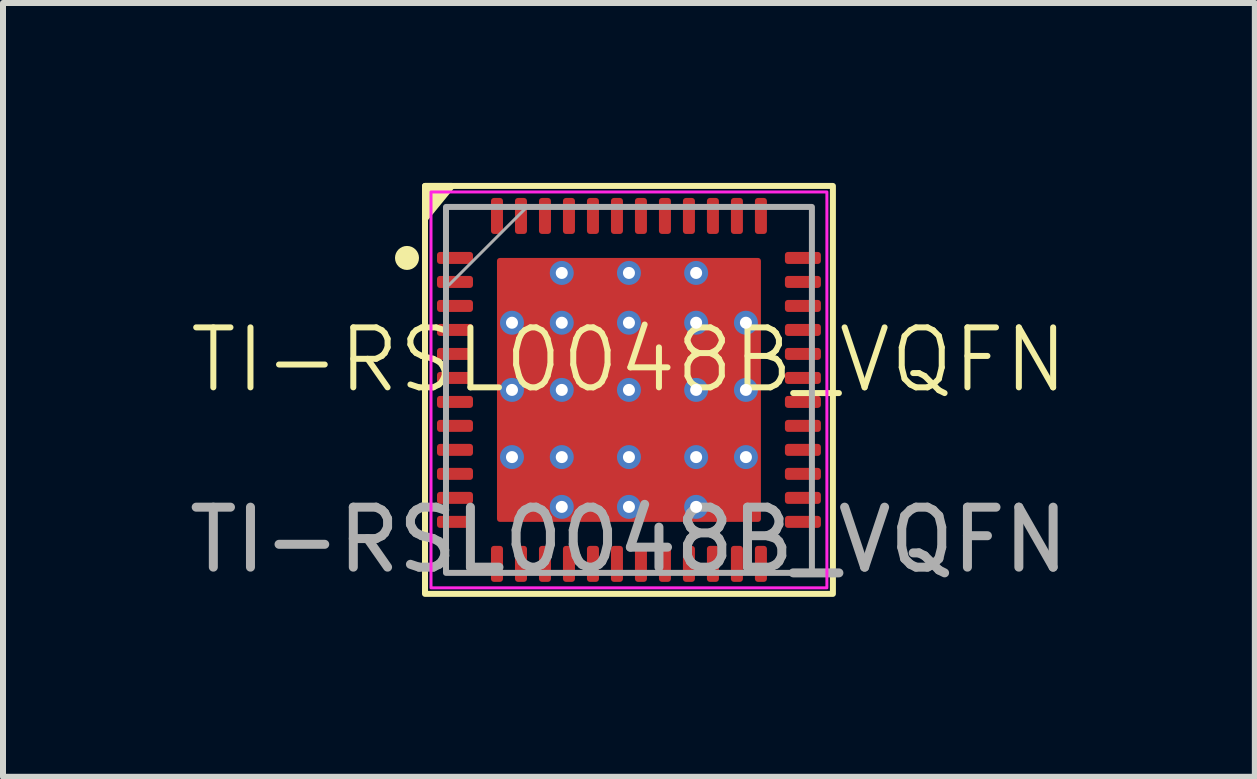
<source format=kicad_pcb>
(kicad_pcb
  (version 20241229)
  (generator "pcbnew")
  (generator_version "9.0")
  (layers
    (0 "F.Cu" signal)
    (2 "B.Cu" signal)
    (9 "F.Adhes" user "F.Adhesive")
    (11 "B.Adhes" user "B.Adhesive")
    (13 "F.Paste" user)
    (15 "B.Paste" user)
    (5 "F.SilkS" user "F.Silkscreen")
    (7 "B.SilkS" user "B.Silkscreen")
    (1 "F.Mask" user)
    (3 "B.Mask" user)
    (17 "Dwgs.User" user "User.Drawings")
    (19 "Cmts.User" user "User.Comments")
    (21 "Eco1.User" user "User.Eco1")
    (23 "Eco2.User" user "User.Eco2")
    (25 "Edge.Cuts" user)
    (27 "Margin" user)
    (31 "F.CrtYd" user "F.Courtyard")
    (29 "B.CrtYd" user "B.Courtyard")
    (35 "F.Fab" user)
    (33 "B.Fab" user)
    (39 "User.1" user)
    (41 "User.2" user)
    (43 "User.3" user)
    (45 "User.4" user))
  (footprint "TI-RSL0048B_VQFN"
    (layer "F.Cu")
    (at 7.435 3.45)
    (property "Reference" "TI-RSL0048B_VQFN" (at 0 -0.5 0) (unlocked yes) (layer "F.SilkS") (effects (font (size 1 1) (thickness 0.1))))
    (attr smd)
    (fp_rect (start -3.4 -3.4) (end 3.4 3.4) (stroke (width 0.1) (type default)) (fill no) (layer "F.SilkS"))
    (fp_circle (center -3.7 -2.2) (end -3.55 -2.2) (stroke (width 0.1) (type solid)) (fill yes) (layer "F.SilkS"))
    (fp_poly (pts (xy -2.95 -3.4) (xy -3.4 -2.85) (xy -3.4 -3.4)) (stroke (width 0.1) (type solid)) (fill yes) (layer "F.SilkS"))
    (fp_poly (pts (arc (start -2.146 -0.152) (mid -2.131355 -0.116645) (end -2.096 -0.102)) (arc (start -1.276 -0.102) (mid -1.240645 -0.116645) (end -1.226 -0.152)) (arc (start -1.226 -0.972) (mid -1.240645 -1.007355) (end -1.276 -1.022)) (arc (start -2.096 -1.022) (mid -2.131355 -1.007355) (end -2.146 -0.972))) (stroke (width 0.001) (type solid)) (fill yes) (layer "F.Paste"))
    (fp_poly (pts (arc (start -2.145 0.97) (mid -2.130355 1.005355) (end -2.095 1.02)) (arc (start -1.275 1.02) (mid -1.239645 1.005355) (end -1.225 0.97)) (arc (start -1.225 0.15) (mid -1.239645 0.114645) (end -1.275 0.1)) (arc (start -2.095 0.1) (mid -2.130355 0.114645) (end -2.145 0.15))) (stroke (width 0.001) (type solid)) (fill yes) (layer "F.Paste"))
    (fp_poly (pts (arc (start -2.144 2.098) (mid -2.129355 2.133355) (end -2.094 2.148)) (arc (start -1.274 2.148) (mid -1.238645 2.133355) (end -1.224 2.098)) (arc (start -1.224 1.278) (mid -1.238645 1.242645) (end -1.274 1.228)) (arc (start -2.094 1.228) (mid -2.129355 1.242645) (end -2.144 1.278))) (stroke (width 0.001) (type solid)) (fill yes) (layer "F.Paste"))
    (fp_poly (pts (arc (start -2.14 -1.271) (mid -2.125355 -1.235645) (end -2.09 -1.221)) (arc (start -1.27 -1.221) (mid -1.234645 -1.235645) (end -1.22 -1.271)) (arc (start -1.22 -2.091) (mid -1.234645 -2.126355) (end -1.27 -2.141)) (arc (start -2.09 -2.141) (mid -2.125355 -2.126355) (end -2.14 -2.091))) (stroke (width 0.001) (type solid)) (fill yes) (layer "F.Paste"))
    (fp_poly (pts (arc (start -1.021 -1.259) (mid -1.006355 -1.223645) (end -0.971 -1.209)) (arc (start -0.151 -1.209) (mid -0.115645 -1.223645) (end -0.101 -1.259)) (arc (start -0.101 -2.079) (mid -0.115645 -2.114355) (end -0.151 -2.129)) (arc (start -0.971 -2.129) (mid -1.006355 -2.114355) (end -1.021 -2.079))) (stroke (width 0.001) (type solid)) (fill yes) (layer "F.Paste"))
    (fp_poly (pts (arc (start -1.021 0.964) (mid -1.006355 0.999355) (end -0.971 1.014)) (arc (start -0.151 1.014) (mid -0.115645 0.999355) (end -0.101 0.964)) (arc (start -0.101 0.144) (mid -0.115645 0.108645) (end -0.151 0.094)) (arc (start -0.971 0.094) (mid -1.006355 0.108645) (end -1.021 0.144))) (stroke (width 0.001) (type solid)) (fill yes) (layer "F.Paste"))
    (fp_poly (pts (arc (start -1.02 2.098) (mid -1.005355 2.133355) (end -0.97 2.148)) (arc (start -0.15 2.148) (mid -0.114645 2.133355) (end -0.1 2.098)) (arc (start -0.1 1.278) (mid -0.114645 1.242645) (end -0.15 1.228)) (arc (start -0.97 1.228) (mid -1.005355 1.242645) (end -1.02 1.278))) (stroke (width 0.001) (type solid)) (fill yes) (layer "F.Paste"))
    (fp_poly (pts (arc (start -1.01 -0.15) (mid -0.995355 -0.114645) (end -0.96 -0.1)) (arc (start -0.14 -0.1) (mid -0.104645 -0.114645) (end -0.09 -0.15)) (arc (start -0.09 -0.97) (mid -0.104645 -1.005355) (end -0.14 -1.02)) (arc (start -0.96 -1.02) (mid -0.995355 -1.005355) (end -1.01 -0.97))) (stroke (width 0.001) (type solid)) (fill yes) (layer "F.Paste"))
    (fp_poly (pts (arc (start 0.1 -1.265) (mid 0.114645 -1.229645) (end 0.15 -1.215)) (arc (start 0.97 -1.215) (mid 1.005355 -1.229645) (end 1.02 -1.265)) (arc (start 1.02 -2.085) (mid 1.005355 -2.120355) (end 0.97 -2.135)) (arc (start 0.15 -2.135) (mid 0.114645 -2.120355) (end 0.1 -2.085))) (stroke (width 0.001) (type solid)) (fill yes) (layer "F.Paste"))
    (fp_poly (pts (arc (start 0.1 -0.15) (mid 0.114645 -0.114645) (end 0.15 -0.1)) (arc (start 0.97 -0.1) (mid 1.005355 -0.114645) (end 1.02 -0.15)) (arc (start 1.02 -0.97) (mid 1.005355 -1.005355) (end 0.97 -1.02)) (arc (start 0.15 -1.02) (mid 0.114645 -1.005355) (end 0.1 -0.97))) (stroke (width 0.001) (type solid)) (fill yes) (layer "F.Paste"))
    (fp_poly (pts (arc (start 0.1 0.95) (mid 0.114645 0.985355) (end 0.15 1)) (arc (start 0.97 1) (mid 1.005355 0.985355) (end 1.02 0.95)) (arc (start 1.02 0.13) (mid 1.005355 0.094645) (end 0.97 0.08)) (arc (start 0.15 0.08) (mid 0.114645 0.094645) (end 0.1 0.13))) (stroke (width 0.001) (type solid)) (fill yes) (layer "F.Paste"))
    (fp_poly (pts (arc (start 0.104 2.096) (mid 0.118645 2.131355) (end 0.154 2.146)) (arc (start 0.974 2.146) (mid 1.009355 2.131355) (end 1.024 2.096)) (arc (start 1.024 1.276) (mid 1.009355 1.240645) (end 0.974 1.226)) (arc (start 0.154 1.226) (mid 0.118645 1.240645) (end 0.104 1.276))) (stroke (width 0.001) (type solid)) (fill yes) (layer "F.Paste"))
    (fp_poly (pts (arc (start 1.227 -1.268) (mid 1.241645 -1.232645) (end 1.277 -1.218)) (arc (start 2.097 -1.218) (mid 2.132355 -1.232645) (end 2.147 -1.268)) (arc (start 2.147 -2.088) (mid 2.132355 -2.123355) (end 2.097 -2.138)) (arc (start 1.277 -2.138) (mid 1.241645 -2.123355) (end 1.227 -2.088))) (stroke (width 0.001) (type solid)) (fill yes) (layer "F.Paste"))
    (fp_poly (pts (arc (start 1.23 -0.15) (mid 1.244645 -0.114645) (end 1.28 -0.1)) (arc (start 2.1 -0.1) (mid 2.135355 -0.114645) (end 2.15 -0.15)) (arc (start 2.15 -0.97) (mid 2.135355 -1.005355) (end 2.1 -1.02)) (arc (start 1.28 -1.02) (mid 1.244645 -1.005355) (end 1.23 -0.97))) (stroke (width 0.001) (type solid)) (fill yes) (layer "F.Paste"))
    (fp_poly (pts (arc (start 1.247 2.096) (mid 1.261645 2.131355) (end 1.297 2.146)) (arc (start 2.117 2.146) (mid 2.152355 2.131355) (end 2.167 2.096)) (arc (start 2.167 1.276) (mid 2.152355 1.240645) (end 2.117 1.226)) (arc (start 1.297 1.226) (mid 1.261645 1.240645) (end 1.247 1.276))) (stroke (width 0.001) (type solid)) (fill yes) (layer "F.Paste"))
    (fp_poly (pts (arc (start 1.25 0.95) (mid 1.264645 0.985355) (end 1.3 1)) (arc (start 2.12 1) (mid 2.155355 0.985355) (end 2.17 0.95)) (arc (start 2.17 0.13) (mid 2.155355 0.094645) (end 2.12 0.08)) (arc (start 1.3 0.08) (mid 1.264645 0.094645) (end 1.25 0.13))) (stroke (width 0.001) (type solid)) (fill yes) (layer "F.Paste"))
    (fp_rect (start -3.3 -3.3) (end 3.3 3.3) (stroke (width 0.05) (type default)) (fill no) (layer "F.CrtYd"))
    (fp_line (start -1.7 -3.05) (end -3 -1.75) (stroke (width 0.05) (type default)) (layer "F.Fab"))
    (fp_rect (start -3.05 -3.05) (end 3.05 3.05) (stroke (width 0.1) (type default)) (fill no) (layer "F.Fab"))
    (fp_text user "${REFERENCE}" (at 0 2.5 0) (unlocked yes) (layer "F.Fab") (effects (font (size 1 1) (thickness 0.15))))
    (pad "1" smd roundrect (at -2.9 -2.2) (size 0.6 0.2) (layers "F.Cu" "F.Mask" "F.Paste") (roundrect_rratio 0.25))
    (pad "2" smd roundrect (at -2.9 -1.8) (size 0.6 0.2) (layers "F.Cu" "F.Mask" "F.Paste") (roundrect_rratio 0.25))
    (pad "3" smd roundrect (at -2.9 -1.4) (size 0.6 0.2) (layers "F.Cu" "F.Mask" "F.Paste") (roundrect_rratio 0.25))
    (pad "4" smd roundrect (at -2.9 -1) (size 0.6 0.2) (layers "F.Cu" "F.Mask" "F.Paste") (roundrect_rratio 0.25))
    (pad "5" smd roundrect (at -2.9 -0.6) (size 0.6 0.2) (layers "F.Cu" "F.Mask" "F.Paste") (roundrect_rratio 0.25))
    (pad "6" smd roundrect (at -2.9 -0.2) (size 0.6 0.2) (layers "F.Cu" "F.Mask" "F.Paste") (roundrect_rratio 0.25))
    (pad "7" smd roundrect (at -2.9 0.2) (size 0.6 0.2) (layers "F.Cu" "F.Mask" "F.Paste") (roundrect_rratio 0.25))
    (pad "8" smd roundrect (at -2.9 0.6) (size 0.6 0.2) (layers "F.Cu" "F.Mask" "F.Paste") (roundrect_rratio 0.25))
    (pad "9" smd roundrect (at -2.9 1) (size 0.6 0.2) (layers "F.Cu" "F.Mask" "F.Paste") (roundrect_rratio 0.25))
    (pad "10" smd roundrect (at -2.9 1.4) (size 0.6 0.2) (layers "F.Cu" "F.Mask" "F.Paste") (roundrect_rratio 0.25))
    (pad "11" smd roundrect (at -2.9 1.8) (size 0.6 0.2) (layers "F.Cu" "F.Mask" "F.Paste") (roundrect_rratio 0.25))
    (pad "12" smd roundrect (at -2.9 2.2) (size 0.6 0.2) (layers "F.Cu" "F.Mask" "F.Paste") (roundrect_rratio 0.25))
    (pad "13" smd roundrect (at -2.2 2.9 90) (size 0.6 0.2) (layers "F.Cu" "F.Mask" "F.Paste") (roundrect_rratio 0.25))
    (pad "14" smd roundrect (at -1.8 2.9 90) (size 0.6 0.2) (layers "F.Cu" "F.Mask" "F.Paste") (roundrect_rratio 0.25))
    (pad "15" smd roundrect (at -1.4 2.9 90) (size 0.6 0.2) (layers "F.Cu" "F.Mask" "F.Paste") (roundrect_rratio 0.25))
    (pad "16" smd roundrect (at -1 2.9 90) (size 0.6 0.2) (layers "F.Cu" "F.Mask" "F.Paste") (roundrect_rratio 0.25))
    (pad "17" smd roundrect (at -0.6 2.9 90) (size 0.6 0.2) (layers "F.Cu" "F.Mask" "F.Paste") (roundrect_rratio 0.25))
    (pad "18" smd roundrect (at -0.2 2.9 90) (size 0.6 0.2) (layers "F.Cu" "F.Mask" "F.Paste") (roundrect_rratio 0.25))
    (pad "19" smd roundrect (at 0.2 2.9 90) (size 0.6 0.2) (layers "F.Cu" "F.Mask" "F.Paste") (roundrect_rratio 0.25))
    (pad "20" smd roundrect (at 0.6 2.9 90) (size 0.6 0.2) (layers "F.Cu" "F.Mask" "F.Paste") (roundrect_rratio 0.25))
    (pad "21" smd roundrect (at 1 2.9 90) (size 0.6 0.2) (layers "F.Cu" "F.Mask" "F.Paste") (roundrect_rratio 0.25))
    (pad "22" smd roundrect (at 1.4 2.9 90) (size 0.6 0.2) (layers "F.Cu" "F.Mask" "F.Paste") (roundrect_rratio 0.25))
    (pad "23" smd roundrect (at 1.8 2.9 90) (size 0.6 0.2) (layers "F.Cu" "F.Mask" "F.Paste") (roundrect_rratio 0.25))
    (pad "24" smd roundrect (at 2.2 2.9 90) (size 0.6 0.2) (layers "F.Cu" "F.Mask" "F.Paste") (roundrect_rratio 0.25))
    (pad "25" smd roundrect (at 2.9 2.2) (size 0.6 0.2) (layers "F.Cu" "F.Mask" "F.Paste") (roundrect_rratio 0.25))
    (pad "26" smd roundrect (at 2.9 1.8) (size 0.6 0.2) (layers "F.Cu" "F.Mask" "F.Paste") (roundrect_rratio 0.25))
    (pad "27" smd roundrect (at 2.9 1.4) (size 0.6 0.2) (layers "F.Cu" "F.Mask" "F.Paste") (roundrect_rratio 0.25))
    (pad "28" smd roundrect (at 2.9 1) (size 0.6 0.2) (layers "F.Cu" "F.Mask" "F.Paste") (roundrect_rratio 0.25))
    (pad "29" smd roundrect (at 2.9 0.6) (size 0.6 0.2) (layers "F.Cu" "F.Mask" "F.Paste") (roundrect_rratio 0.25))
    (pad "30" smd roundrect (at 2.9 0.2) (size 0.6 0.2) (layers "F.Cu" "F.Mask" "F.Paste") (roundrect_rratio 0.25))
    (pad "31" smd roundrect (at 2.9 -0.2) (size 0.6 0.2) (layers "F.Cu" "F.Mask" "F.Paste") (roundrect_rratio 0.25))
    (pad "32" smd roundrect (at 2.9 -0.6) (size 0.6 0.2) (layers "F.Cu" "F.Mask" "F.Paste") (roundrect_rratio 0.25))
    (pad "33" smd roundrect (at 2.9 -1) (size 0.6 0.2) (layers "F.Cu" "F.Mask" "F.Paste") (roundrect_rratio 0.25))
    (pad "34" smd roundrect (at 2.9 -1.4) (size 0.6 0.2) (layers "F.Cu" "F.Mask" "F.Paste") (roundrect_rratio 0.25))
    (pad "35" smd roundrect (at 2.9 -1.8) (size 0.6 0.2) (layers "F.Cu" "F.Mask" "F.Paste") (roundrect_rratio 0.25))
    (pad "36" smd roundrect (at 2.9 -2.2) (size 0.6 0.2) (layers "F.Cu" "F.Mask" "F.Paste") (roundrect_rratio 0.25))
    (pad "37" smd roundrect (at 2.2 -2.9 90) (size 0.6 0.2) (layers "F.Cu" "F.Mask" "F.Paste") (roundrect_rratio 0.25))
    (pad "38" smd roundrect (at 1.8 -2.9 90) (size 0.6 0.2) (layers "F.Cu" "F.Mask" "F.Paste") (roundrect_rratio 0.25))
    (pad "39" smd roundrect (at 1.4 -2.9 90) (size 0.6 0.2) (layers "F.Cu" "F.Mask" "F.Paste") (roundrect_rratio 0.25))
    (pad "40" smd roundrect (at 1 -2.9 90) (size 0.6 0.2) (layers "F.Cu" "F.Mask" "F.Paste") (roundrect_rratio 0.25))
    (pad "41" smd roundrect (at 0.6 -2.9 90) (size 0.6 0.2) (layers "F.Cu" "F.Mask" "F.Paste") (roundrect_rratio 0.25))
    (pad "42" smd roundrect (at 0.2 -2.9 90) (size 0.6 0.2) (layers "F.Cu" "F.Mask" "F.Paste") (roundrect_rratio 0.25))
    (pad "43" smd roundrect (at -0.2 -2.9 90) (size 0.6 0.2) (layers "F.Cu" "F.Mask" "F.Paste") (roundrect_rratio 0.25))
    (pad "44" smd roundrect (at -0.6 -2.9 90) (size 0.6 0.2) (layers "F.Cu" "F.Mask" "F.Paste") (roundrect_rratio 0.25))
    (pad "45" smd roundrect (at -1 -2.9 90) (size 0.6 0.2) (layers "F.Cu" "F.Mask" "F.Paste") (roundrect_rratio 0.25))
    (pad "46" smd roundrect (at -1.4 -2.9 90) (size 0.6 0.2) (layers "F.Cu" "F.Mask" "F.Paste") (roundrect_rratio 0.25))
    (pad "47" smd roundrect (at -1.8 -2.9 90) (size 0.6 0.2) (layers "F.Cu" "F.Mask" "F.Paste") (roundrect_rratio 0.25))
    (pad "48" smd roundrect (at -2.2 -2.9 90) (size 0.6 0.2) (layers "F.Cu" "F.Mask" "F.Paste") (roundrect_rratio 0.25))
    (pad "49" thru_hole circle (at -1.95 -1.12) (size 0.4 0.4) (drill 0.2) (property pad_prop_heatsink) (layers "*.Cu" "*.Mask"))
    (pad "49" thru_hole circle (at -1.95 0) (size 0.4 0.4) (drill 0.2) (property pad_prop_heatsink) (layers "*.Cu" "*.Mask"))
    (pad "49" thru_hole circle (at -1.95 1.12) (size 0.4 0.4) (drill 0.2) (property pad_prop_heatsink) (layers "*.Cu" "*.Mask"))
    (pad "49" thru_hole circle (at -1.12 -1.95) (size 0.4 0.4) (drill 0.2) (property pad_prop_heatsink) (layers "*.Cu" "*.Mask"))
    (pad "49" thru_hole circle (at -1.12 -1.12) (size 0.4 0.4) (drill 0.2) (property pad_prop_heatsink) (layers "*.Cu" "*.Mask"))
    (pad "49" thru_hole circle (at -1.12 0) (size 0.4 0.4) (drill 0.2) (property pad_prop_heatsink) (layers "*.Cu" "*.Mask"))
    (pad "49" thru_hole circle (at -1.12 1.12) (size 0.4 0.4) (drill 0.2) (property pad_prop_heatsink) (layers "*.Cu" "*.Mask"))
    (pad "49" thru_hole circle (at -1.12 1.95) (size 0.4 0.4) (drill 0.2) (property pad_prop_heatsink) (layers "*.Cu" "*.Mask"))
    (pad "49" thru_hole circle (at 0 -1.95) (size 0.4 0.4) (drill 0.2) (property pad_prop_heatsink) (layers "*.Cu" "*.Mask"))
    (pad "49" thru_hole circle (at 0 -1.12) (size 0.4 0.4) (drill 0.2) (property pad_prop_heatsink) (layers "*.Cu" "*.Mask"))
    (pad "49" thru_hole circle (at 0 0) (size 0.4 0.4) (drill 0.2) (property pad_prop_heatsink) (layers "*.Cu" "*.Mask"))
    (pad "49" smd roundrect (at 0 0) (size 4.4 4.4) (layers "F.Cu" "F.Mask") (roundrect_rratio 0.011))
    (pad "49" thru_hole circle (at 0 1.12) (size 0.4 0.4) (drill 0.2) (property pad_prop_heatsink) (layers "*.Cu" "*.Mask"))
    (pad "49" thru_hole circle (at 0 1.95) (size 0.4 0.4) (drill 0.2) (property pad_prop_heatsink) (layers "*.Cu" "*.Mask"))
    (pad "49" thru_hole circle (at 1.12 -1.95) (size 0.4 0.4) (drill 0.2) (property pad_prop_heatsink) (layers "*.Cu" "*.Mask"))
    (pad "49" thru_hole circle (at 1.12 -1.12) (size 0.4 0.4) (drill 0.2) (property pad_prop_heatsink) (layers "*.Cu" "*.Mask"))
    (pad "49" thru_hole circle (at 1.12 0) (size 0.4 0.4) (drill 0.2) (property pad_prop_heatsink) (layers "*.Cu" "*.Mask"))
    (pad "49" thru_hole circle (at 1.12 1.12) (size 0.4 0.4) (drill 0.2) (property pad_prop_heatsink) (layers "*.Cu" "*.Mask"))
    (pad "49" thru_hole circle (at 1.12 1.95) (size 0.4 0.4) (drill 0.2) (property pad_prop_heatsink) (layers "*.Cu" "*.Mask"))
    (pad "49" thru_hole circle (at 1.95 -1.12) (size 0.4 0.4) (drill 0.2) (property pad_prop_heatsink) (layers "*.Cu" "*.Mask"))
    (pad "49" thru_hole circle (at 1.95 0) (size 0.4 0.4) (drill 0.2) (property pad_prop_heatsink) (layers "*.Cu" "*.Mask"))
    (pad "49" thru_hole circle (at 1.95 1.12) (size 0.4 0.4) (drill 0.2) (property pad_prop_heatsink) (layers "*.Cu" "*.Mask")))
  (gr_rect
    (start -3 -3)
    (end 17.869 9.9)
    (stroke (width 0.1) (type default))
    (fill no)
    (layer "Edge.Cuts")))
</source>
